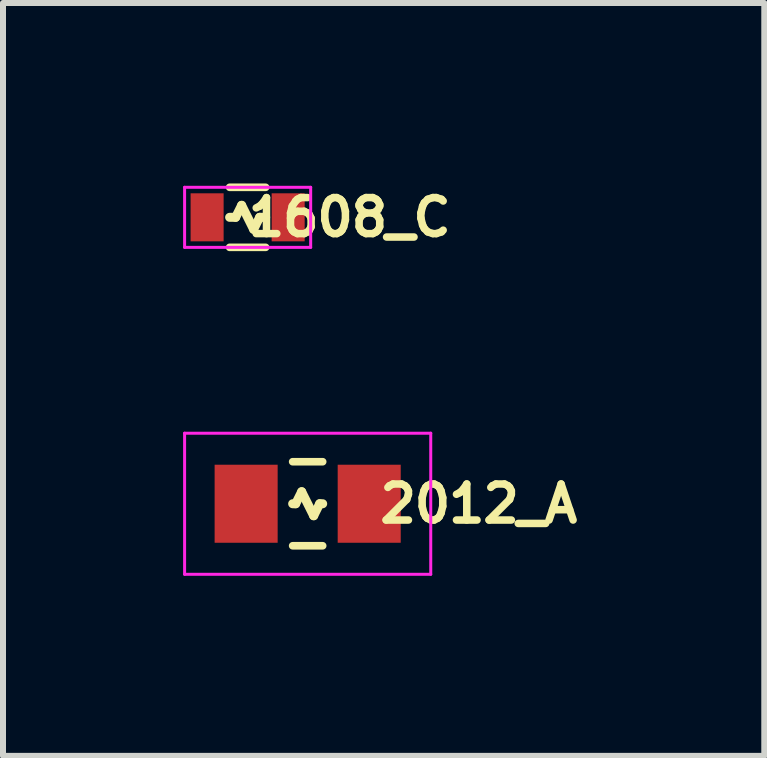
<source format=kicad_pcb>
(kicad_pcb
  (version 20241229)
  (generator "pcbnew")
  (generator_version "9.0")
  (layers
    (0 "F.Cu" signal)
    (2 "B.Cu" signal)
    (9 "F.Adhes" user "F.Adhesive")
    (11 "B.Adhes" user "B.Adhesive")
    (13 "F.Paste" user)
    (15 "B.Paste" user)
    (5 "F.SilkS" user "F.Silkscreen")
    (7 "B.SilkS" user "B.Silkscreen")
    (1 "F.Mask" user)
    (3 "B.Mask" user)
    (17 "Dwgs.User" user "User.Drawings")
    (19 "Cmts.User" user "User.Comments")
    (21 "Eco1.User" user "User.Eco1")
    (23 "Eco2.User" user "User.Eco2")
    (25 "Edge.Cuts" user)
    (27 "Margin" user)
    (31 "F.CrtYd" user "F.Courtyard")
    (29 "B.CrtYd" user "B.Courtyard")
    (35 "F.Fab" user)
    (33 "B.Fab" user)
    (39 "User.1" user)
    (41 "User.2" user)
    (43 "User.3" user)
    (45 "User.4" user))
  (footprint "1608_C"
    (layer "F.Cu")
    (at 1.075 0.57)
    (property "Reference" "1608_C" (at 1.7 0 0) (layer "F.SilkS") (effects (font (size 0.6 0.6) (thickness 0.125))))
    (attr smd)
    (fp_line (start -0.3 -0.5) (end 0.3 -0.5) (stroke (width 0.127) (type solid)) (layer "F.SilkS"))
    (fp_line (start -0.3 0) (end -0.2 0) (stroke (width 0.15) (type solid)) (layer "F.SilkS"))
    (fp_line (start -0.3 0.5) (end 0.3 0.5) (stroke (width 0.127) (type solid)) (layer "F.SilkS"))
    (fp_line (start -0.2 0) (end -0.1 -0.2) (stroke (width 0.15) (type solid)) (layer "F.SilkS"))
    (fp_line (start -0.1 -0.2) (end 0.1 0.2) (stroke (width 0.15) (type solid)) (layer "F.SilkS"))
    (fp_line (start 0.1 0.2) (end 0.2 0) (stroke (width 0.15) (type solid)) (layer "F.SilkS"))
    (fp_line (start 0.2 0) (end 0.3 0) (stroke (width 0.15) (type solid)) (layer "F.SilkS"))
    (fp_line (start -1.05 -0.5) (end 1.05 -0.5) (stroke (width 0.05) (type solid)) (layer "F.CrtYd"))
    (fp_line (start -1.05 0.5) (end -1.05 -0.5) (stroke (width 0.05) (type solid)) (layer "F.CrtYd"))
    (fp_line (start 1.05 -0.5) (end 1.05 0.5) (stroke (width 0.05) (type solid)) (layer "F.CrtYd"))
    (fp_line (start 1.05 0.5) (end -1.05 0.5) (stroke (width 0.05) (type solid)) (layer "F.CrtYd"))
    (pad "1" smd rect (at -0.675 0) (size 0.55 0.8) (layers "F.Cu" "F.Mask" "F.Paste"))
    (pad "2" smd rect (at 0.675 0) (size 0.55 0.8) (layers "F.Cu" "F.Mask" "F.Paste")))
  (footprint "2012_A"
    (layer "F.Cu")
    (at 2.075 5.341)
    (property "Reference" "2012_A" (at 2.85 0 0) (layer "F.SilkS") (effects (font (size 0.6 0.6) (thickness 0.125))))
    (attr smd)
    (fp_line (start -0.25 -0.7) (end 0.25 -0.7) (stroke (width 0.127) (type solid)) (layer "F.SilkS"))
    (fp_line (start -0.25 0) (end -0.2 0) (stroke (width 0.15) (type solid)) (layer "F.SilkS"))
    (fp_line (start -0.25 0.7) (end 0.25 0.7) (stroke (width 0.127) (type solid)) (layer "F.SilkS"))
    (fp_line (start -0.2 0) (end -0.1 -0.2) (stroke (width 0.15) (type solid)) (layer "F.SilkS"))
    (fp_line (start -0.1 -0.2) (end 0.1 0.2) (stroke (width 0.15) (type solid)) (layer "F.SilkS"))
    (fp_line (start 0.1 0.2) (end 0.2 0) (stroke (width 0.15) (type solid)) (layer "F.SilkS"))
    (fp_line (start 0.2 0) (end 0.25 0) (stroke (width 0.15) (type solid)) (layer "F.SilkS"))
    (fp_line (start -2.05 -1.175) (end 2.05 -1.175) (stroke (width 0.05) (type solid)) (layer "F.CrtYd"))
    (fp_line (start -2.05 1.175) (end -2.05 -1.175) (stroke (width 0.05) (type solid)) (layer "F.CrtYd"))
    (fp_line (start 2.05 -1.175) (end 2.05 1.175) (stroke (width 0.05) (type solid)) (layer "F.CrtYd"))
    (fp_line (start 2.05 1.175) (end -2.05 1.175) (stroke (width 0.05) (type solid)) (layer "F.CrtYd"))
    (pad "1" smd rect (at -1.025 0) (size 1.05 1.3) (layers "F.Cu" "F.Mask" "F.Paste"))
    (pad "2" smd rect (at 1.025 0) (size 1.05 1.3) (layers "F.Cu" "F.Mask" "F.Paste")))
  (gr_rect
    (start -3 -3)
    (end 9.681 9.541)
    (stroke (width 0.1) (type default))
    (fill no)
    (layer "Edge.Cuts")))
</source>
